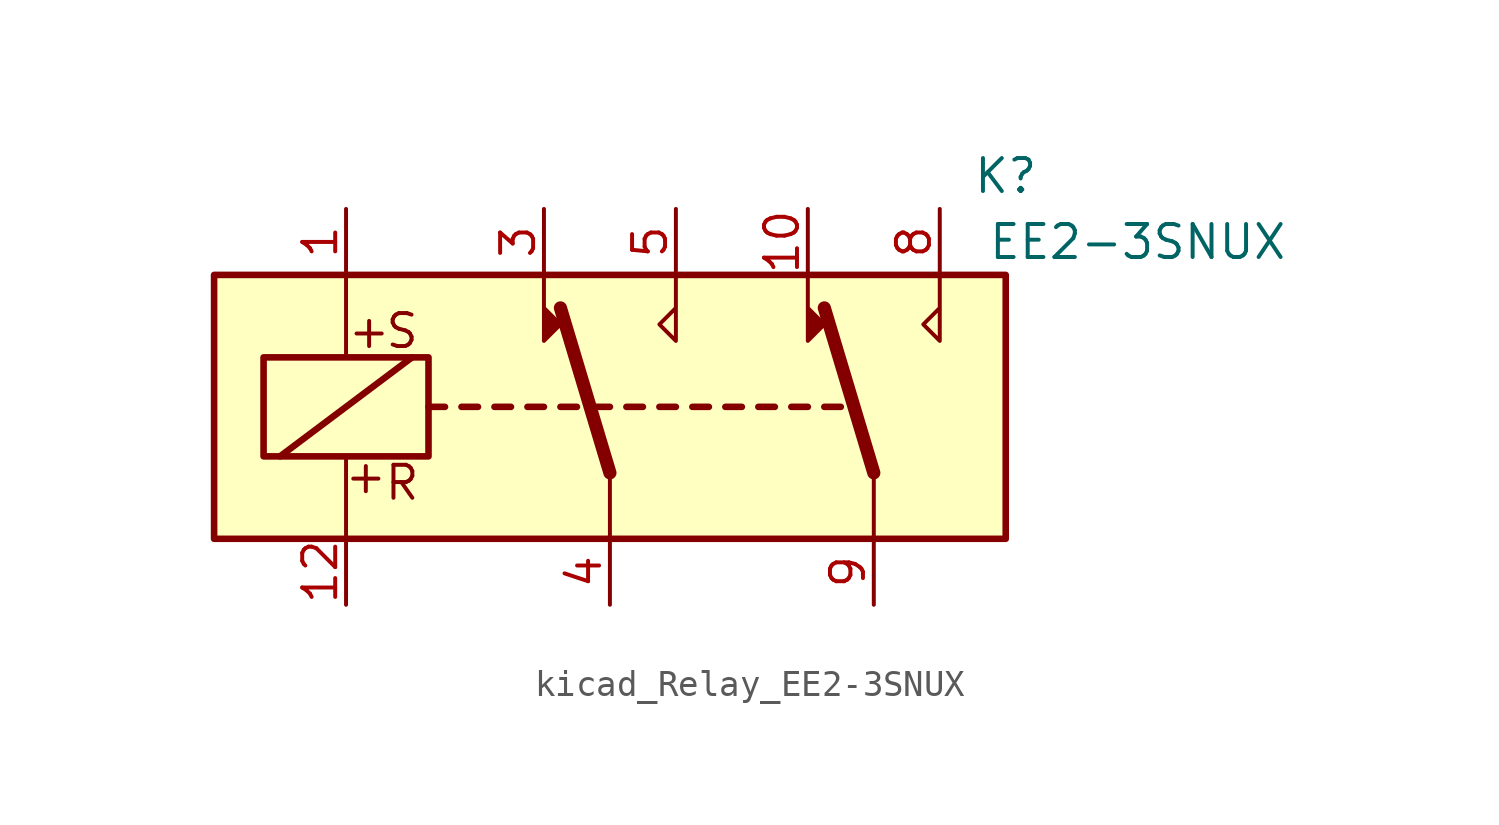
<source format=kicad_sym>
(kicad_symbol_lib
  (version 20220914)
  (generator kicad_symbol_editor)
  (symbol "kicad_Relay_EE2-3SNUX"
    (property "Reference" "K"
      (at 15.24 8.89 0)
      (effects (font (size 1.27 1.27))))
    (property "Value" "EE2-3SNUX"
      (at 20.32 6.35 0)
      (effects (font (size 1.27 1.27))))
    (symbol "kicad_Relay_EE2-3SNUX_1_1"
      (rectangle (start -15.24 5.08) (end 15.24 -5.08) (stroke (width 0.254) (type default)) (fill (type background)))
      (rectangle (start -13.335 1.905) (end -6.985 -1.905) (stroke (width 0.254) (type default)) (fill (type none)))
      (polyline (pts (xy -12.7 -1.905) (xy -7.62 1.905)) (stroke (width 0.254) (type default)) (fill (type none)))
      (polyline (pts (xy -10.16 -5.08) (xy -10.16 -1.905)) (stroke (width 0) (type default)) (fill (type none)))
      (polyline (pts (xy -10.16 5.08) (xy -10.16 1.905)) (stroke (width 0) (type default)) (fill (type none)))
      (polyline (pts (xy -6.985 0) (xy -6.35 0)) (stroke (width 0.254) (type default)) (fill (type none)))
      (polyline (pts (xy -5.715 0) (xy -5.08 0)) (stroke (width 0.254) (type default)) (fill (type none)))
      (polyline (pts (xy -4.445 0) (xy -3.81 0)) (stroke (width 0.254) (type default)) (fill (type none)))
      (polyline (pts (xy -3.175 0) (xy -2.54 0)) (stroke (width 0.254) (type default)) (fill (type none)))
      (polyline (pts (xy -1.905 0) (xy -1.27 0)) (stroke (width 0.254) (type default)) (fill (type none)))
      (polyline (pts (xy -0.635 0) (xy 0 0)) (stroke (width 0.254) (type default)) (fill (type none)))
      (polyline (pts (xy 0 -2.54) (xy -1.905 3.81)) (stroke (width 0.508) (type default)) (fill (type none)))
      (polyline (pts (xy 0 -2.54) (xy 0 -5.08)) (stroke (width 0) (type default)) (fill (type none)))
      (polyline (pts (xy 0.635 0) (xy 1.27 0)) (stroke (width 0.254) (type default)) (fill (type none)))
      (polyline (pts (xy 1.905 0) (xy 2.54 0)) (stroke (width 0.254) (type default)) (fill (type none)))
      (polyline (pts (xy 3.175 0) (xy 3.81 0)) (stroke (width 0.254) (type default)) (fill (type none)))
      (polyline (pts (xy 4.445 0) (xy 5.08 0)) (stroke (width 0.254) (type default)) (fill (type none)))
      (polyline (pts (xy 5.715 0) (xy 6.35 0)) (stroke (width 0.254) (type default)) (fill (type none)))
      (polyline (pts (xy 6.985 0) (xy 7.62 0)) (stroke (width 0.254) (type default)) (fill (type none)))
      (polyline (pts (xy 8.255 0) (xy 8.89 0)) (stroke (width 0.254) (type default)) (fill (type none)))
      (polyline (pts (xy 10.16 -2.54) (xy 8.255 3.81)) (stroke (width 0.508) (type default)) (fill (type none)))
      (polyline (pts (xy 10.16 -2.54) (xy 10.16 -5.08)) (stroke (width 0) (type default)) (fill (type none)))
      (polyline (pts (xy -2.54 5.08) (xy -2.54 2.54) (xy -1.905 3.175) (xy -2.54 3.81)) (stroke (width 0) (type default)) (fill (type outline)))
      (polyline (pts (xy 2.54 5.08) (xy 2.54 2.54) (xy 1.905 3.175) (xy 2.54 3.81)) (stroke (width 0) (type default)) (fill (type none)))
      (polyline (pts (xy 7.62 5.08) (xy 7.62 2.54) (xy 8.255 3.175) (xy 7.62 3.81)) (stroke (width 0) (type default)) (fill (type outline)))
      (polyline (pts (xy 12.7 5.08) (xy 12.7 2.54) (xy 12.065 3.175) (xy 12.7 3.81)) (stroke (width 0) (type default)) (fill (type none)))
      (text "+" (at -9.398 -2.667 0) (effects (font (size 1.27 1.27))))
      (text "+" (at -9.271 2.921 0) (effects (font (size 1.27 1.27))))
      (text "R" (at -8.001 -2.921 0) (effects (font (size 1.27 1.27))))
      (text "S" (at -8.001 2.921 0) (effects (font (size 1.27 1.27))))
      (pin passive line (at -10.16 7.62 270) (length 2.54) (name "~" (effects (font (size 1.27 1.27)))) (number "1" (effects (font (size 1.27 1.27)))))
      (pin passive line (at 7.62 7.62 270) (length 2.54) (name "~" (effects (font (size 1.27 1.27)))) (number "10" (effects (font (size 1.27 1.27)))))
      (pin passive line (at -10.16 -7.62 90) (length 2.54) (name "~" (effects (font (size 1.27 1.27)))) (number "12" (effects (font (size 1.27 1.27)))))
      (pin passive line (at -2.54 7.62 270) (length 2.54) (name "~" (effects (font (size 1.27 1.27)))) (number "3" (effects (font (size 1.27 1.27)))))
      (pin passive line (at 0 -7.62 90) (length 2.54) (name "~" (effects (font (size 1.27 1.27)))) (number "4" (effects (font (size 1.27 1.27)))))
      (pin passive line (at 2.54 7.62 270) (length 2.54) (name "~" (effects (font (size 1.27 1.27)))) (number "5" (effects (font (size 1.27 1.27)))))
      (pin passive line (at 12.7 7.62 270) (length 2.54) (name "~" (effects (font (size 1.27 1.27)))) (number "8" (effects (font (size 1.27 1.27)))))
      (pin passive line (at 10.16 -7.62 90) (length 2.54) (name "~" (effects (font (size 1.27 1.27)))) (number "9" (effects (font (size 1.27 1.27))))))))
</source>
